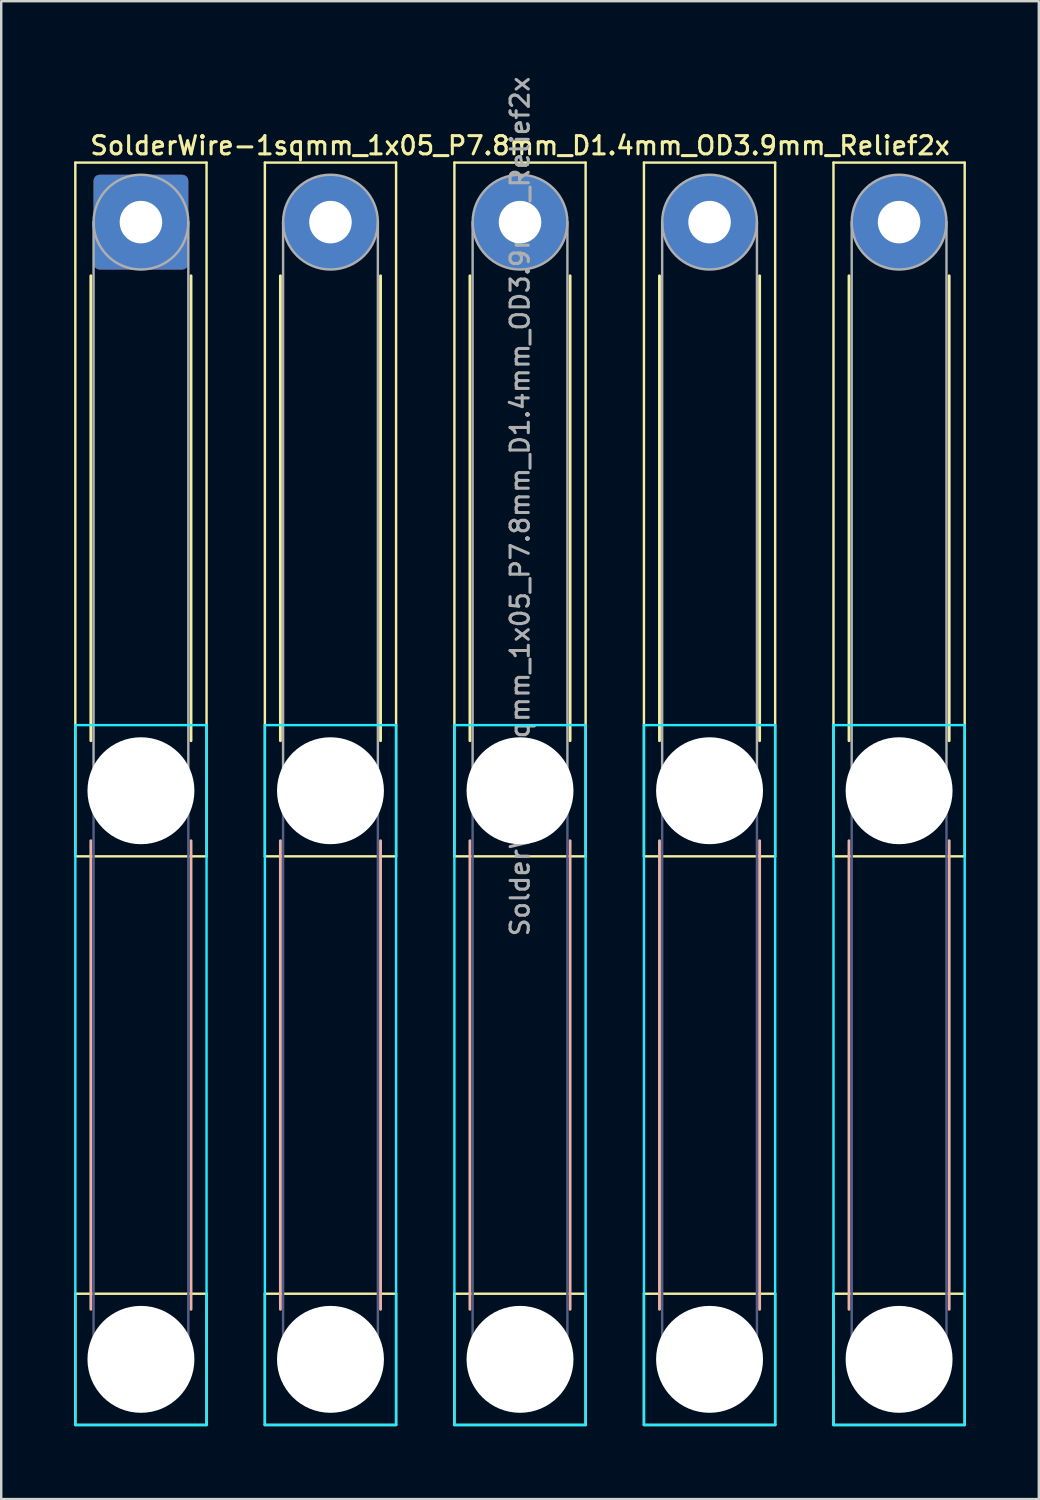
<source format=kicad_pcb>
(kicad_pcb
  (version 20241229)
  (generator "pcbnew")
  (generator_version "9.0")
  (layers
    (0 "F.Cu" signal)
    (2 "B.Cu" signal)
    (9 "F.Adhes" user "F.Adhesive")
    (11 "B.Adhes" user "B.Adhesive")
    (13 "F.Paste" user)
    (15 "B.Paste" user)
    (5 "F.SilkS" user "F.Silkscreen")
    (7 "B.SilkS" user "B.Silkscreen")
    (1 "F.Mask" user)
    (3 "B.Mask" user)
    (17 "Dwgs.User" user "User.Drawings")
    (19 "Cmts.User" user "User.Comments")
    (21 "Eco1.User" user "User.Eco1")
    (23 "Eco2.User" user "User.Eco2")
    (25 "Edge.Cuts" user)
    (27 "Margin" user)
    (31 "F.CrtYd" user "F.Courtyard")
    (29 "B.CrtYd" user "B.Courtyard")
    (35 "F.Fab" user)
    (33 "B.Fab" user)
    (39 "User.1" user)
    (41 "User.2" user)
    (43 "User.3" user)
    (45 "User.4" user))
  (footprint "SolderWire-1sqmm_1x05_P7.8mm_D1.4mm_OD3.9mm_Relief2x"
    (layer "F.Cu")
    (at 2.75 6.091)
    (property "Reference" "SolderWire-1sqmm_1x05_P7.8mm_D1.4mm_OD3.9mm_Relief2x" (at 15.6 -3.15 0) (layer "F.SilkS") (effects (font (size 0.75 0.75) (thickness 0.125))))
    (attr exclude_from_pos_files exclude_from_bom)
    (fp_line (start -2.7 -2.45) (end -2.7 26.1) (stroke (width 0.1) (type solid)) (layer "F.SilkS"))
    (fp_line (start -2.7 26.1) (end 2.7 26.1) (stroke (width 0.1) (type solid)) (layer "F.SilkS"))
    (fp_line (start -2.7 44.1) (end -2.7 49.5) (stroke (width 0.1) (type solid)) (layer "F.SilkS"))
    (fp_line (start -2.7 49.5) (end 2.7 49.5) (stroke (width 0.1) (type solid)) (layer "F.SilkS"))
    (fp_line (start -2.06 2.21) (end -2.06 21.34) (stroke (width 0.12) (type solid)) (layer "F.SilkS"))
    (fp_line (start 2.06 2.21) (end 2.06 21.34) (stroke (width 0.12) (type solid)) (layer "F.SilkS"))
    (fp_line (start 2.7 -2.45) (end -2.7 -2.45) (stroke (width 0.1) (type solid)) (layer "F.SilkS"))
    (fp_line (start 2.7 26.1) (end 2.7 -2.45) (stroke (width 0.1) (type solid)) (layer "F.SilkS"))
    (fp_line (start 2.7 44.1) (end -2.7 44.1) (stroke (width 0.1) (type solid)) (layer "F.SilkS"))
    (fp_line (start 2.7 49.5) (end 2.7 44.1) (stroke (width 0.1) (type solid)) (layer "F.SilkS"))
    (fp_line (start 5.1 -2.45) (end 5.1 26.1) (stroke (width 0.1) (type solid)) (layer "F.SilkS"))
    (fp_line (start 5.1 26.1) (end 10.5 26.1) (stroke (width 0.1) (type solid)) (layer "F.SilkS"))
    (fp_line (start 5.1 44.1) (end 5.1 49.5) (stroke (width 0.1) (type solid)) (layer "F.SilkS"))
    (fp_line (start 5.1 49.5) (end 10.5 49.5) (stroke (width 0.1) (type solid)) (layer "F.SilkS"))
    (fp_line (start 5.74 2.21) (end 5.74 21.34) (stroke (width 0.12) (type solid)) (layer "F.SilkS"))
    (fp_line (start 9.86 2.21) (end 9.86 21.34) (stroke (width 0.12) (type solid)) (layer "F.SilkS"))
    (fp_line (start 10.5 -2.45) (end 5.1 -2.45) (stroke (width 0.1) (type solid)) (layer "F.SilkS"))
    (fp_line (start 10.5 26.1) (end 10.5 -2.45) (stroke (width 0.1) (type solid)) (layer "F.SilkS"))
    (fp_line (start 10.5 44.1) (end 5.1 44.1) (stroke (width 0.1) (type solid)) (layer "F.SilkS"))
    (fp_line (start 10.5 49.5) (end 10.5 44.1) (stroke (width 0.1) (type solid)) (layer "F.SilkS"))
    (fp_line (start 12.9 -2.45) (end 12.9 26.1) (stroke (width 0.1) (type solid)) (layer "F.SilkS"))
    (fp_line (start 12.9 26.1) (end 18.3 26.1) (stroke (width 0.1) (type solid)) (layer "F.SilkS"))
    (fp_line (start 12.9 44.1) (end 12.9 49.5) (stroke (width 0.1) (type solid)) (layer "F.SilkS"))
    (fp_line (start 12.9 49.5) (end 18.3 49.5) (stroke (width 0.1) (type solid)) (layer "F.SilkS"))
    (fp_line (start 13.54 2.21) (end 13.54 21.34) (stroke (width 0.12) (type solid)) (layer "F.SilkS"))
    (fp_line (start 17.66 2.21) (end 17.66 21.34) (stroke (width 0.12) (type solid)) (layer "F.SilkS"))
    (fp_line (start 18.3 -2.45) (end 12.9 -2.45) (stroke (width 0.1) (type solid)) (layer "F.SilkS"))
    (fp_line (start 18.3 26.1) (end 18.3 -2.45) (stroke (width 0.1) (type solid)) (layer "F.SilkS"))
    (fp_line (start 18.3 44.1) (end 12.9 44.1) (stroke (width 0.1) (type solid)) (layer "F.SilkS"))
    (fp_line (start 18.3 49.5) (end 18.3 44.1) (stroke (width 0.1) (type solid)) (layer "F.SilkS"))
    (fp_line (start 20.7 -2.45) (end 20.7 26.1) (stroke (width 0.1) (type solid)) (layer "F.SilkS"))
    (fp_line (start 20.7 26.1) (end 26.1 26.1) (stroke (width 0.1) (type solid)) (layer "F.SilkS"))
    (fp_line (start 20.7 44.1) (end 20.7 49.5) (stroke (width 0.1) (type solid)) (layer "F.SilkS"))
    (fp_line (start 20.7 49.5) (end 26.1 49.5) (stroke (width 0.1) (type solid)) (layer "F.SilkS"))
    (fp_line (start 21.34 2.21) (end 21.34 21.34) (stroke (width 0.12) (type solid)) (layer "F.SilkS"))
    (fp_line (start 25.46 2.21) (end 25.46 21.34) (stroke (width 0.12) (type solid)) (layer "F.SilkS"))
    (fp_line (start 26.1 -2.45) (end 20.7 -2.45) (stroke (width 0.1) (type solid)) (layer "F.SilkS"))
    (fp_line (start 26.1 26.1) (end 26.1 -2.45) (stroke (width 0.1) (type solid)) (layer "F.SilkS"))
    (fp_line (start 26.1 44.1) (end 20.7 44.1) (stroke (width 0.1) (type solid)) (layer "F.SilkS"))
    (fp_line (start 26.1 49.5) (end 26.1 44.1) (stroke (width 0.1) (type solid)) (layer "F.SilkS"))
    (fp_line (start 28.5 -2.45) (end 28.5 26.1) (stroke (width 0.1) (type solid)) (layer "F.SilkS"))
    (fp_line (start 28.5 26.1) (end 33.9 26.1) (stroke (width 0.1) (type solid)) (layer "F.SilkS"))
    (fp_line (start 28.5 44.1) (end 28.5 49.5) (stroke (width 0.1) (type solid)) (layer "F.SilkS"))
    (fp_line (start 28.5 49.5) (end 33.9 49.5) (stroke (width 0.1) (type solid)) (layer "F.SilkS"))
    (fp_line (start 29.14 2.21) (end 29.14 21.34) (stroke (width 0.12) (type solid)) (layer "F.SilkS"))
    (fp_line (start 33.26 2.21) (end 33.26 21.34) (stroke (width 0.12) (type solid)) (layer "F.SilkS"))
    (fp_line (start 33.9 -2.45) (end 28.5 -2.45) (stroke (width 0.1) (type solid)) (layer "F.SilkS"))
    (fp_line (start 33.9 26.1) (end 33.9 -2.45) (stroke (width 0.1) (type solid)) (layer "F.SilkS"))
    (fp_line (start 33.9 44.1) (end 28.5 44.1) (stroke (width 0.1) (type solid)) (layer "F.SilkS"))
    (fp_line (start 33.9 49.5) (end 33.9 44.1) (stroke (width 0.1) (type solid)) (layer "F.SilkS"))
    (fp_line (start -2.06 25.46) (end -2.06 44.74) (stroke (width 0.12) (type solid)) (layer "B.SilkS"))
    (fp_line (start 2.06 25.46) (end 2.06 44.74) (stroke (width 0.12) (type solid)) (layer "B.SilkS"))
    (fp_line (start 5.74 25.46) (end 5.74 44.74) (stroke (width 0.12) (type solid)) (layer "B.SilkS"))
    (fp_line (start 9.86 25.46) (end 9.86 44.74) (stroke (width 0.12) (type solid)) (layer "B.SilkS"))
    (fp_line (start 13.54 25.46) (end 13.54 44.74) (stroke (width 0.12) (type solid)) (layer "B.SilkS"))
    (fp_line (start 17.66 25.46) (end 17.66 44.74) (stroke (width 0.12) (type solid)) (layer "B.SilkS"))
    (fp_line (start 21.34 25.46) (end 21.34 44.74) (stroke (width 0.12) (type solid)) (layer "B.SilkS"))
    (fp_line (start 25.46 25.46) (end 25.46 44.74) (stroke (width 0.12) (type solid)) (layer "B.SilkS"))
    (fp_line (start 29.14 25.46) (end 29.14 44.74) (stroke (width 0.12) (type solid)) (layer "B.SilkS"))
    (fp_line (start 33.26 25.46) (end 33.26 44.74) (stroke (width 0.12) (type solid)) (layer "B.SilkS"))
    (fp_line (start -2.7 20.7) (end -2.7 49.5) (stroke (width 0.1) (type solid)) (layer "B.CrtYd"))
    (fp_line (start -2.7 49.5) (end 2.7 49.5) (stroke (width 0.1) (type solid)) (layer "B.CrtYd"))
    (fp_line (start 2.7 20.7) (end -2.7 20.7) (stroke (width 0.1) (type solid)) (layer "B.CrtYd"))
    (fp_line (start 2.7 49.5) (end 2.7 20.7) (stroke (width 0.1) (type solid)) (layer "B.CrtYd"))
    (fp_line (start 5.1 20.7) (end 5.1 49.5) (stroke (width 0.1) (type solid)) (layer "B.CrtYd"))
    (fp_line (start 5.1 49.5) (end 10.5 49.5) (stroke (width 0.1) (type solid)) (layer "B.CrtYd"))
    (fp_line (start 10.5 20.7) (end 5.1 20.7) (stroke (width 0.1) (type solid)) (layer "B.CrtYd"))
    (fp_line (start 10.5 49.5) (end 10.5 20.7) (stroke (width 0.1) (type solid)) (layer "B.CrtYd"))
    (fp_line (start 12.9 20.7) (end 12.9 49.5) (stroke (width 0.1) (type solid)) (layer "B.CrtYd"))
    (fp_line (start 12.9 49.5) (end 18.3 49.5) (stroke (width 0.1) (type solid)) (layer "B.CrtYd"))
    (fp_line (start 18.3 20.7) (end 12.9 20.7) (stroke (width 0.1) (type solid)) (layer "B.CrtYd"))
    (fp_line (start 18.3 49.5) (end 18.3 20.7) (stroke (width 0.1) (type solid)) (layer "B.CrtYd"))
    (fp_line (start 20.7 20.7) (end 20.7 49.5) (stroke (width 0.1) (type solid)) (layer "B.CrtYd"))
    (fp_line (start 20.7 49.5) (end 26.1 49.5) (stroke (width 0.1) (type solid)) (layer "B.CrtYd"))
    (fp_line (start 26.1 20.7) (end 20.7 20.7) (stroke (width 0.1) (type solid)) (layer "B.CrtYd"))
    (fp_line (start 26.1 49.5) (end 26.1 20.7) (stroke (width 0.1) (type solid)) (layer "B.CrtYd"))
    (fp_line (start 28.5 20.7) (end 28.5 49.5) (stroke (width 0.1) (type solid)) (layer "B.CrtYd"))
    (fp_line (start 28.5 49.5) (end 33.9 49.5) (stroke (width 0.1) (type solid)) (layer "B.CrtYd"))
    (fp_line (start 33.9 20.7) (end 28.5 20.7) (stroke (width 0.1) (type solid)) (layer "B.CrtYd"))
    (fp_line (start 33.9 49.5) (end 33.9 20.7) (stroke (width 0.1) (type solid)) (layer "B.CrtYd"))
    (fp_line (start -1.95 23.4) (end -1.95 46.8) (stroke (width 0.1) (type solid)) (layer "B.Fab"))
    (fp_line (start 1.95 23.4) (end 1.95 46.8) (stroke (width 0.1) (type solid)) (layer "B.Fab"))
    (fp_line (start 5.85 23.4) (end 5.85 46.8) (stroke (width 0.1) (type solid)) (layer "B.Fab"))
    (fp_line (start 9.75 23.4) (end 9.75 46.8) (stroke (width 0.1) (type solid)) (layer "B.Fab"))
    (fp_line (start 13.65 23.4) (end 13.65 46.8) (stroke (width 0.1) (type solid)) (layer "B.Fab"))
    (fp_line (start 17.55 23.4) (end 17.55 46.8) (stroke (width 0.1) (type solid)) (layer "B.Fab"))
    (fp_line (start 21.45 23.4) (end 21.45 46.8) (stroke (width 0.1) (type solid)) (layer "B.Fab"))
    (fp_line (start 25.35 23.4) (end 25.35 46.8) (stroke (width 0.1) (type solid)) (layer "B.Fab"))
    (fp_line (start 29.25 23.4) (end 29.25 46.8) (stroke (width 0.1) (type solid)) (layer "B.Fab"))
    (fp_line (start 33.15 23.4) (end 33.15 46.8) (stroke (width 0.1) (type solid)) (layer "B.Fab"))
    (fp_circle (center 0 23.4) (end 1.95 23.4) (stroke (width 0.1) (type solid)) (fill no) (layer "B.Fab"))
    (fp_circle (center 0 46.8) (end 1.95 46.8) (stroke (width 0.1) (type solid)) (fill no) (layer "B.Fab"))
    (fp_circle (center 7.8 23.4) (end 9.75 23.4) (stroke (width 0.1) (type solid)) (fill no) (layer "B.Fab"))
    (fp_circle (center 7.8 46.8) (end 9.75 46.8) (stroke (width 0.1) (type solid)) (fill no) (layer "B.Fab"))
    (fp_circle (center 15.6 23.4) (end 17.55 23.4) (stroke (width 0.1) (type solid)) (fill no) (layer "B.Fab"))
    (fp_circle (center 15.6 46.8) (end 17.55 46.8) (stroke (width 0.1) (type solid)) (fill no) (layer "B.Fab"))
    (fp_circle (center 23.4 23.4) (end 25.35 23.4) (stroke (width 0.1) (type solid)) (fill no) (layer "B.Fab"))
    (fp_circle (center 23.4 46.8) (end 25.35 46.8) (stroke (width 0.1) (type solid)) (fill no) (layer "B.Fab"))
    (fp_circle (center 31.2 23.4) (end 33.15 23.4) (stroke (width 0.1) (type solid)) (fill no) (layer "B.Fab"))
    (fp_circle (center 31.2 46.8) (end 33.15 46.8) (stroke (width 0.1) (type solid)) (fill no) (layer "B.Fab"))
    (fp_line (start -1.95 0) (end -1.95 23.4) (stroke (width 0.1) (type solid)) (layer "F.Fab"))
    (fp_line (start 1.95 0) (end 1.95 23.4) (stroke (width 0.1) (type solid)) (layer "F.Fab"))
    (fp_line (start 5.85 0) (end 5.85 23.4) (stroke (width 0.1) (type solid)) (layer "F.Fab"))
    (fp_line (start 9.75 0) (end 9.75 23.4) (stroke (width 0.1) (type solid)) (layer "F.Fab"))
    (fp_line (start 13.65 0) (end 13.65 23.4) (stroke (width 0.1) (type solid)) (layer "F.Fab"))
    (fp_line (start 17.55 0) (end 17.55 23.4) (stroke (width 0.1) (type solid)) (layer "F.Fab"))
    (fp_line (start 21.45 0) (end 21.45 23.4) (stroke (width 0.1) (type solid)) (layer "F.Fab"))
    (fp_line (start 25.35 0) (end 25.35 23.4) (stroke (width 0.1) (type solid)) (layer "F.Fab"))
    (fp_line (start 29.25 0) (end 29.25 23.4) (stroke (width 0.1) (type solid)) (layer "F.Fab"))
    (fp_line (start 33.15 0) (end 33.15 23.4) (stroke (width 0.1) (type solid)) (layer "F.Fab"))
    (fp_circle (center 0 0) (end 1.95 0) (stroke (width 0.1) (type solid)) (fill no) (layer "F.Fab"))
    (fp_circle (center 0 23.4) (end 1.95 23.4) (stroke (width 0.1) (type solid)) (fill no) (layer "F.Fab"))
    (fp_circle (center 0 46.8) (end 1.95 46.8) (stroke (width 0.1) (type solid)) (fill no) (layer "F.Fab"))
    (fp_circle (center 7.8 0) (end 9.75 0) (stroke (width 0.1) (type solid)) (fill no) (layer "F.Fab"))
    (fp_circle (center 7.8 23.4) (end 9.75 23.4) (stroke (width 0.1) (type solid)) (fill no) (layer "F.Fab"))
    (fp_circle (center 7.8 46.8) (end 9.75 46.8) (stroke (width 0.1) (type solid)) (fill no) (layer "F.Fab"))
    (fp_circle (center 15.6 0) (end 17.55 0) (stroke (width 0.1) (type solid)) (fill no) (layer "F.Fab"))
    (fp_circle (center 15.6 23.4) (end 17.55 23.4) (stroke (width 0.1) (type solid)) (fill no) (layer "F.Fab"))
    (fp_circle (center 15.6 46.8) (end 17.55 46.8) (stroke (width 0.1) (type solid)) (fill no) (layer "F.Fab"))
    (fp_circle (center 23.4 0) (end 25.35 0) (stroke (width 0.1) (type solid)) (fill no) (layer "F.Fab"))
    (fp_circle (center 23.4 23.4) (end 25.35 23.4) (stroke (width 0.1) (type solid)) (fill no) (layer "F.Fab"))
    (fp_circle (center 23.4 46.8) (end 25.35 46.8) (stroke (width 0.1) (type solid)) (fill no) (layer "F.Fab"))
    (fp_circle (center 31.2 0) (end 33.15 0) (stroke (width 0.1) (type solid)) (fill no) (layer "F.Fab"))
    (fp_circle (center 31.2 23.4) (end 33.15 23.4) (stroke (width 0.1) (type solid)) (fill no) (layer "F.Fab"))
    (fp_circle (center 31.2 46.8) (end 33.15 46.8) (stroke (width 0.1) (type solid)) (fill no) (layer "F.Fab"))
    (fp_text user "${REFERENCE}" (at 15.6 11.7 90) (layer "F.Fab") (effects (font (size 0.75 0.75) (thickness 0.125))))
    (pad "" np_thru_hole circle (at 0 23.4) (size 4.4 4.4) (drill 4.4) (layers "*.Cu" "*.Mask"))
    (pad "" np_thru_hole circle (at 0 46.8) (size 4.4 4.4) (drill 4.4) (layers "*.Cu" "*.Mask"))
    (pad "" np_thru_hole circle (at 7.8 23.4) (size 4.4 4.4) (drill 4.4) (layers "*.Cu" "*.Mask"))
    (pad "" np_thru_hole circle (at 7.8 46.8) (size 4.4 4.4) (drill 4.4) (layers "*.Cu" "*.Mask"))
    (pad "" np_thru_hole circle (at 15.6 23.4) (size 4.4 4.4) (drill 4.4) (layers "*.Cu" "*.Mask"))
    (pad "" np_thru_hole circle (at 15.6 46.8) (size 4.4 4.4) (drill 4.4) (layers "*.Cu" "*.Mask"))
    (pad "" np_thru_hole circle (at 23.4 23.4) (size 4.4 4.4) (drill 4.4) (layers "*.Cu" "*.Mask"))
    (pad "" np_thru_hole circle (at 23.4 46.8) (size 4.4 4.4) (drill 4.4) (layers "*.Cu" "*.Mask"))
    (pad "" np_thru_hole circle (at 31.2 23.4) (size 4.4 4.4) (drill 4.4) (layers "*.Cu" "*.Mask"))
    (pad "" np_thru_hole circle (at 31.2 46.8) (size 4.4 4.4) (drill 4.4) (layers "*.Cu" "*.Mask"))
    (pad "1" thru_hole roundrect (at 0 0) (size 3.9 3.9) (drill 1.75) (layers "*.Cu" "*.Mask") (roundrect_rratio 0.064))
    (pad "2" thru_hole circle (at 7.8 0) (size 3.9 3.9) (drill 1.75) (layers "*.Cu" "*.Mask"))
    (pad "3" thru_hole circle (at 15.6 0) (size 3.9 3.9) (drill 1.75) (layers "*.Cu" "*.Mask"))
    (pad "4" thru_hole circle (at 23.4 0) (size 3.9 3.9) (drill 1.75) (layers "*.Cu" "*.Mask"))
    (pad "5" thru_hole circle (at 31.2 0) (size 3.9 3.9) (drill 1.75) (layers "*.Cu" "*.Mask")))
  (gr_rect
    (start -3 -3)
    (end 39.7 58.641)
    (stroke (width 0.1) (type default))
    (fill no)
    (layer "Edge.Cuts")))
</source>
